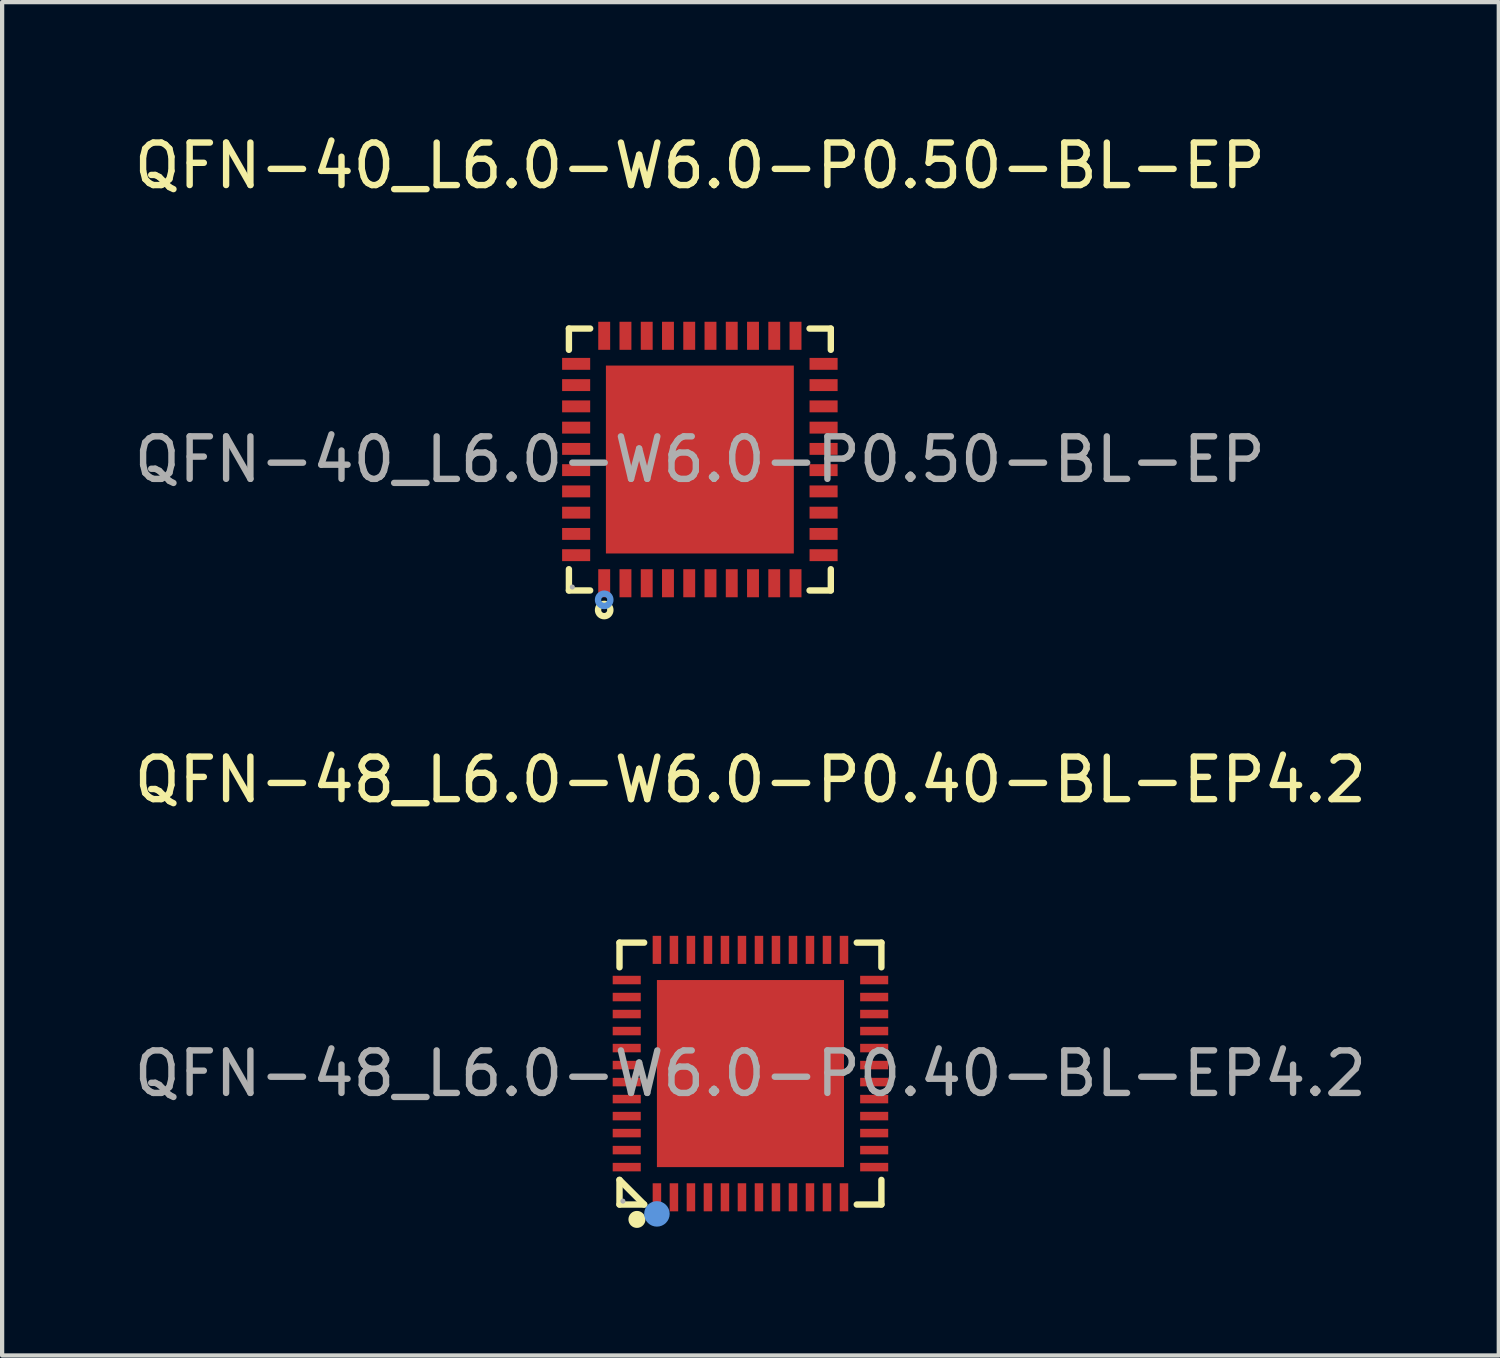
<source format=kicad_pcb>
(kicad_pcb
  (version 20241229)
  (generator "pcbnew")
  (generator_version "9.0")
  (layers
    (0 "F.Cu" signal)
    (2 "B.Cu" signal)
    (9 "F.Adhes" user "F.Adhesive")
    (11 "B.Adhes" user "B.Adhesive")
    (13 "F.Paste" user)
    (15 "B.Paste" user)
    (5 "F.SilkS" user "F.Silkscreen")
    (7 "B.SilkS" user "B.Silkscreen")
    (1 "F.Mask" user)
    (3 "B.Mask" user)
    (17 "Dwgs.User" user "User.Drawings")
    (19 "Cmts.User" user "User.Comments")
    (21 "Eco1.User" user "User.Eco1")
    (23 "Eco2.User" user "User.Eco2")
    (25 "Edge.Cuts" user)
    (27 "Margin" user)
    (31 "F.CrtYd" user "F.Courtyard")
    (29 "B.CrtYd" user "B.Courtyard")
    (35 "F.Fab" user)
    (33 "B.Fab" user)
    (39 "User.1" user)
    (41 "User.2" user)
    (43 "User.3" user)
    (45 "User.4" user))
  (footprint "QFN-40_L6.0-W6.0-P0.50-BL-EP"
    (layer "F.Cu")
    (at 13.411 7.758)
    (property "Reference" "QFN-40_L6.0-W6.0-P0.50-BL-EP" (at 0 -6.91 0) (layer "F.SilkS") (effects (font (size 1 1) (thickness 0.15))))
    (attr through_hole)
    (fp_line (start -3.08 -3.08) (end -2.58 -3.08) (stroke (width 0.15) (type solid)) (layer "F.SilkS"))
    (fp_line (start -3.08 -2.58) (end -3.08 -3.08) (stroke (width 0.15) (type solid)) (layer "F.SilkS"))
    (fp_line (start -3.08 2.58) (end -3.08 3.08) (stroke (width 0.15) (type solid)) (layer "F.SilkS"))
    (fp_line (start -3.08 3.08) (end -2.58 3.08) (stroke (width 0.15) (type solid)) (layer "F.SilkS"))
    (fp_line (start 3.08 -3.08) (end 2.58 -3.08) (stroke (width 0.15) (type solid)) (layer "F.SilkS"))
    (fp_line (start 3.08 -2.58) (end 3.08 -3.08) (stroke (width 0.15) (type solid)) (layer "F.SilkS"))
    (fp_line (start 3.08 2.58) (end 3.08 3.08) (stroke (width 0.15) (type solid)) (layer "F.SilkS"))
    (fp_line (start 3.08 3.08) (end 2.58 3.08) (stroke (width 0.15) (type solid)) (layer "F.SilkS"))
    (fp_circle (center -2.25 3.54) (end -2.18 3.54) (stroke (width 0.15) (type solid)) (fill no) (layer "F.SilkS"))
    (fp_circle (center -2.25 3.3) (end -2.18 3.3) (stroke (width 0.15) (type solid)) (fill no) (layer "Cmts.User"))
    (fp_circle (center -3 3) (end -2.97 3) (stroke (width 0.06) (type solid)) (fill no) (layer "F.Fab"))
    (fp_text user "${REFERENCE}" (at 0 0 0) (layer "F.Fab") (effects (font (size 1 1) (thickness 0.15))))
    (pad "1" smd rect (at -2.25 2.91) (size 0.28 0.66) (layers "F.Cu" "F.Mask" "F.Paste"))
    (pad "2" smd rect (at -1.75 2.91) (size 0.28 0.66) (layers "F.Cu" "F.Mask" "F.Paste"))
    (pad "3" smd rect (at -1.25 2.91) (size 0.28 0.66) (layers "F.Cu" "F.Mask" "F.Paste"))
    (pad "4" smd rect (at -0.75 2.91) (size 0.28 0.66) (layers "F.Cu" "F.Mask" "F.Paste"))
    (pad "5" smd rect (at -0.25 2.91) (size 0.28 0.66) (layers "F.Cu" "F.Mask" "F.Paste"))
    (pad "6" smd rect (at 0.25 2.91) (size 0.28 0.66) (layers "F.Cu" "F.Mask" "F.Paste"))
    (pad "7" smd rect (at 0.75 2.91) (size 0.28 0.66) (layers "F.Cu" "F.Mask" "F.Paste"))
    (pad "8" smd rect (at 1.25 2.91) (size 0.28 0.66) (layers "F.Cu" "F.Mask" "F.Paste"))
    (pad "9" smd rect (at 1.75 2.91) (size 0.28 0.66) (layers "F.Cu" "F.Mask" "F.Paste"))
    (pad "10" smd rect (at 2.25 2.91) (size 0.28 0.66) (layers "F.Cu" "F.Mask" "F.Paste"))
    (pad "11" smd rect (at 2.91 2.25) (size 0.66 0.28) (layers "F.Cu" "F.Mask" "F.Paste"))
    (pad "12" smd rect (at 2.91 1.75) (size 0.66 0.28) (layers "F.Cu" "F.Mask" "F.Paste"))
    (pad "13" smd rect (at 2.91 1.25) (size 0.66 0.28) (layers "F.Cu" "F.Mask" "F.Paste"))
    (pad "14" smd rect (at 2.91 0.75) (size 0.66 0.28) (layers "F.Cu" "F.Mask" "F.Paste"))
    (pad "15" smd rect (at 2.91 0.25) (size 0.66 0.28) (layers "F.Cu" "F.Mask" "F.Paste"))
    (pad "16" smd rect (at 2.91 -0.25) (size 0.66 0.28) (layers "F.Cu" "F.Mask" "F.Paste"))
    (pad "17" smd rect (at 2.91 -0.75) (size 0.66 0.28) (layers "F.Cu" "F.Mask" "F.Paste"))
    (pad "18" smd rect (at 2.91 -1.25) (size 0.66 0.28) (layers "F.Cu" "F.Mask" "F.Paste"))
    (pad "19" smd rect (at 2.91 -1.75) (size 0.66 0.28) (layers "F.Cu" "F.Mask" "F.Paste"))
    (pad "20" smd rect (at 2.91 -2.25) (size 0.66 0.28) (layers "F.Cu" "F.Mask" "F.Paste"))
    (pad "21" smd rect (at 2.25 -2.91) (size 0.28 0.66) (layers "F.Cu" "F.Mask" "F.Paste"))
    (pad "22" smd rect (at 1.75 -2.91) (size 0.28 0.66) (layers "F.Cu" "F.Mask" "F.Paste"))
    (pad "23" smd rect (at 1.25 -2.91) (size 0.28 0.66) (layers "F.Cu" "F.Mask" "F.Paste"))
    (pad "24" smd rect (at 0.75 -2.91) (size 0.28 0.66) (layers "F.Cu" "F.Mask" "F.Paste"))
    (pad "25" smd rect (at 0.25 -2.91) (size 0.28 0.66) (layers "F.Cu" "F.Mask" "F.Paste"))
    (pad "26" smd rect (at -0.25 -2.91) (size 0.28 0.66) (layers "F.Cu" "F.Mask" "F.Paste"))
    (pad "27" smd rect (at -0.75 -2.91) (size 0.28 0.66) (layers "F.Cu" "F.Mask" "F.Paste"))
    (pad "28" smd rect (at -1.25 -2.91) (size 0.28 0.66) (layers "F.Cu" "F.Mask" "F.Paste"))
    (pad "29" smd rect (at -1.75 -2.91) (size 0.28 0.66) (layers "F.Cu" "F.Mask" "F.Paste"))
    (pad "30" smd rect (at -2.25 -2.91) (size 0.28 0.66) (layers "F.Cu" "F.Mask" "F.Paste"))
    (pad "31" smd rect (at -2.91 -2.25) (size 0.66 0.28) (layers "F.Cu" "F.Mask" "F.Paste"))
    (pad "32" smd rect (at -2.91 -1.75) (size 0.66 0.28) (layers "F.Cu" "F.Mask" "F.Paste"))
    (pad "33" smd rect (at -2.91 -1.25) (size 0.66 0.28) (layers "F.Cu" "F.Mask" "F.Paste"))
    (pad "34" smd rect (at -2.91 -0.75) (size 0.66 0.28) (layers "F.Cu" "F.Mask" "F.Paste"))
    (pad "35" smd rect (at -2.91 -0.25) (size 0.66 0.28) (layers "F.Cu" "F.Mask" "F.Paste"))
    (pad "36" smd rect (at -2.91 0.25) (size 0.66 0.28) (layers "F.Cu" "F.Mask" "F.Paste"))
    (pad "37" smd rect (at -2.91 0.75) (size 0.66 0.28) (layers "F.Cu" "F.Mask" "F.Paste"))
    (pad "38" smd rect (at -2.91 1.25) (size 0.66 0.28) (layers "F.Cu" "F.Mask" "F.Paste"))
    (pad "39" smd rect (at -2.91 1.75) (size 0.66 0.28) (layers "F.Cu" "F.Mask" "F.Paste"))
    (pad "40" smd rect (at -2.91 2.25) (size 0.66 0.28) (layers "F.Cu" "F.Mask" "F.Paste"))
    (pad "41" smd rect (at 0 0) (size 4.42 4.42) (layers "F.Cu" "F.Mask" "F.Paste")))
  (footprint "QFN-48_L6.0-W6.0-P0.40-BL-EP4.2"
    (layer "F.Cu")
    (at 14.601 22.201)
    (property "Reference" "QFN-48_L6.0-W6.0-P0.40-BL-EP4.2" (at 0 -6.91 0) (layer "F.SilkS") (effects (font (size 1 1) (thickness 0.15))))
    (attr through_hole)
    (fp_line (start -3.08 -3.08) (end -2.5 -3.08) (stroke (width 0.15) (type solid)) (layer "F.SilkS"))
    (fp_line (start -3.08 -2.5) (end -3.08 -3.08) (stroke (width 0.15) (type solid)) (layer "F.SilkS"))
    (fp_line (start -3.08 2.5) (end -3.08 3.08) (stroke (width 0.15) (type solid)) (layer "F.SilkS"))
    (fp_line (start -3.08 2.5) (end -2.5 3.08) (stroke (width 0.15) (type solid)) (layer "F.SilkS"))
    (fp_line (start -3.08 3.08) (end -2.5 3.08) (stroke (width 0.15) (type solid)) (layer "F.SilkS"))
    (fp_line (start 3.08 -3.08) (end 2.5 -3.08) (stroke (width 0.15) (type solid)) (layer "F.SilkS"))
    (fp_line (start 3.08 -2.5) (end 3.08 -3.08) (stroke (width 0.15) (type solid)) (layer "F.SilkS"))
    (fp_line (start 3.08 2.5) (end 3.08 3.08) (stroke (width 0.15) (type solid)) (layer "F.SilkS"))
    (fp_line (start 3.08 3.08) (end 2.5 3.08) (stroke (width 0.15) (type solid)) (layer "F.SilkS"))
    (fp_circle (center -2.67 3.43) (end -2.57 3.43) (stroke (width 0.2) (type solid)) (fill no) (layer "F.SilkS"))
    (fp_circle (center -2.2 3.3) (end -2.05 3.3) (stroke (width 0.3) (type solid)) (fill no) (layer "Cmts.User"))
    (fp_circle (center -3 3) (end -2.97 3) (stroke (width 0.06) (type solid)) (fill no) (layer "F.Fab"))
    (fp_text user "${REFERENCE}" (at 0 0 0) (layer "F.Fab") (effects (font (size 1 1) (thickness 0.15))))
    (pad "1" smd rect (at -2.2 2.91) (size 0.2 0.66) (layers "F.Cu" "F.Mask" "F.Paste"))
    (pad "2" smd rect (at -1.8 2.91) (size 0.2 0.66) (layers "F.Cu" "F.Mask" "F.Paste"))
    (pad "3" smd rect (at -1.4 2.91) (size 0.2 0.66) (layers "F.Cu" "F.Mask" "F.Paste"))
    (pad "4" smd rect (at -1 2.91) (size 0.2 0.66) (layers "F.Cu" "F.Mask" "F.Paste"))
    (pad "5" smd rect (at -0.6 2.91) (size 0.2 0.66) (layers "F.Cu" "F.Mask" "F.Paste"))
    (pad "6" smd rect (at -0.2 2.91) (size 0.2 0.66) (layers "F.Cu" "F.Mask" "F.Paste"))
    (pad "7" smd rect (at 0.2 2.91) (size 0.2 0.66) (layers "F.Cu" "F.Mask" "F.Paste"))
    (pad "8" smd rect (at 0.6 2.91) (size 0.2 0.66) (layers "F.Cu" "F.Mask" "F.Paste"))
    (pad "9" smd rect (at 1 2.91) (size 0.2 0.66) (layers "F.Cu" "F.Mask" "F.Paste"))
    (pad "10" smd rect (at 1.4 2.91) (size 0.2 0.66) (layers "F.Cu" "F.Mask" "F.Paste"))
    (pad "11" smd rect (at 1.8 2.91) (size 0.2 0.66) (layers "F.Cu" "F.Mask" "F.Paste"))
    (pad "12" smd rect (at 2.2 2.91) (size 0.2 0.66) (layers "F.Cu" "F.Mask" "F.Paste"))
    (pad "13" smd rect (at 2.91 2.2) (size 0.66 0.2) (layers "F.Cu" "F.Mask" "F.Paste"))
    (pad "14" smd rect (at 2.91 1.8) (size 0.66 0.2) (layers "F.Cu" "F.Mask" "F.Paste"))
    (pad "15" smd rect (at 2.91 1.4) (size 0.66 0.2) (layers "F.Cu" "F.Mask" "F.Paste"))
    (pad "16" smd rect (at 2.91 1) (size 0.66 0.2) (layers "F.Cu" "F.Mask" "F.Paste"))
    (pad "17" smd rect (at 2.91 0.6) (size 0.66 0.2) (layers "F.Cu" "F.Mask" "F.Paste"))
    (pad "18" smd rect (at 2.91 0.2) (size 0.66 0.2) (layers "F.Cu" "F.Mask" "F.Paste"))
    (pad "19" smd rect (at 2.91 -0.2) (size 0.66 0.2) (layers "F.Cu" "F.Mask" "F.Paste"))
    (pad "20" smd rect (at 2.91 -0.6) (size 0.66 0.2) (layers "F.Cu" "F.Mask" "F.Paste"))
    (pad "21" smd rect (at 2.91 -1) (size 0.66 0.2) (layers "F.Cu" "F.Mask" "F.Paste"))
    (pad "22" smd rect (at 2.91 -1.4) (size 0.66 0.2) (layers "F.Cu" "F.Mask" "F.Paste"))
    (pad "23" smd rect (at 2.91 -1.8) (size 0.66 0.2) (layers "F.Cu" "F.Mask" "F.Paste"))
    (pad "24" smd rect (at 2.91 -2.2) (size 0.66 0.2) (layers "F.Cu" "F.Mask" "F.Paste"))
    (pad "25" smd rect (at 2.2 -2.91) (size 0.2 0.66) (layers "F.Cu" "F.Mask" "F.Paste"))
    (pad "26" smd rect (at 1.8 -2.91) (size 0.2 0.66) (layers "F.Cu" "F.Mask" "F.Paste"))
    (pad "27" smd rect (at 1.4 -2.91) (size 0.2 0.66) (layers "F.Cu" "F.Mask" "F.Paste"))
    (pad "28" smd rect (at 1 -2.91) (size 0.2 0.66) (layers "F.Cu" "F.Mask" "F.Paste"))
    (pad "29" smd rect (at 0.6 -2.91) (size 0.2 0.66) (layers "F.Cu" "F.Mask" "F.Paste"))
    (pad "30" smd rect (at 0.2 -2.91) (size 0.2 0.66) (layers "F.Cu" "F.Mask" "F.Paste"))
    (pad "31" smd rect (at -0.2 -2.91) (size 0.2 0.66) (layers "F.Cu" "F.Mask" "F.Paste"))
    (pad "32" smd rect (at -0.6 -2.91) (size 0.2 0.66) (layers "F.Cu" "F.Mask" "F.Paste"))
    (pad "33" smd rect (at -1 -2.91) (size 0.2 0.66) (layers "F.Cu" "F.Mask" "F.Paste"))
    (pad "34" smd rect (at -1.4 -2.91) (size 0.2 0.66) (layers "F.Cu" "F.Mask" "F.Paste"))
    (pad "35" smd rect (at -1.8 -2.91) (size 0.2 0.66) (layers "F.Cu" "F.Mask" "F.Paste"))
    (pad "36" smd rect (at -2.2 -2.91) (size 0.2 0.66) (layers "F.Cu" "F.Mask" "F.Paste"))
    (pad "37" smd rect (at -2.91 -2.2) (size 0.66 0.2) (layers "F.Cu" "F.Mask" "F.Paste"))
    (pad "38" smd rect (at -2.91 -1.8) (size 0.66 0.2) (layers "F.Cu" "F.Mask" "F.Paste"))
    (pad "39" smd rect (at -2.91 -1.4) (size 0.66 0.2) (layers "F.Cu" "F.Mask" "F.Paste"))
    (pad "40" smd rect (at -2.91 -1) (size 0.66 0.2) (layers "F.Cu" "F.Mask" "F.Paste"))
    (pad "41" smd rect (at -2.91 -0.6) (size 0.66 0.2) (layers "F.Cu" "F.Mask" "F.Paste"))
    (pad "42" smd rect (at -2.91 -0.2) (size 0.66 0.2) (layers "F.Cu" "F.Mask" "F.Paste"))
    (pad "43" smd rect (at -2.91 0.2) (size 0.66 0.2) (layers "F.Cu" "F.Mask" "F.Paste"))
    (pad "44" smd rect (at -2.91 0.6) (size 0.66 0.2) (layers "F.Cu" "F.Mask" "F.Paste"))
    (pad "45" smd rect (at -2.91 1) (size 0.66 0.2) (layers "F.Cu" "F.Mask" "F.Paste"))
    (pad "46" smd rect (at -2.91 1.4) (size 0.66 0.2) (layers "F.Cu" "F.Mask" "F.Paste"))
    (pad "47" smd rect (at -2.91 1.8) (size 0.66 0.2) (layers "F.Cu" "F.Mask" "F.Paste"))
    (pad "48" smd rect (at -2.91 2.2) (size 0.66 0.2) (layers "F.Cu" "F.Mask" "F.Paste"))
    (pad "49" smd rect (at 0 0) (size 4.4 4.4) (layers "F.Cu" "F.Mask" "F.Paste")))
  (gr_rect
    (start -3 -3)
    (end 32.202 28.831)
    (stroke (width 0.1) (type default))
    (fill no)
    (layer "Edge.Cuts")))
</source>
